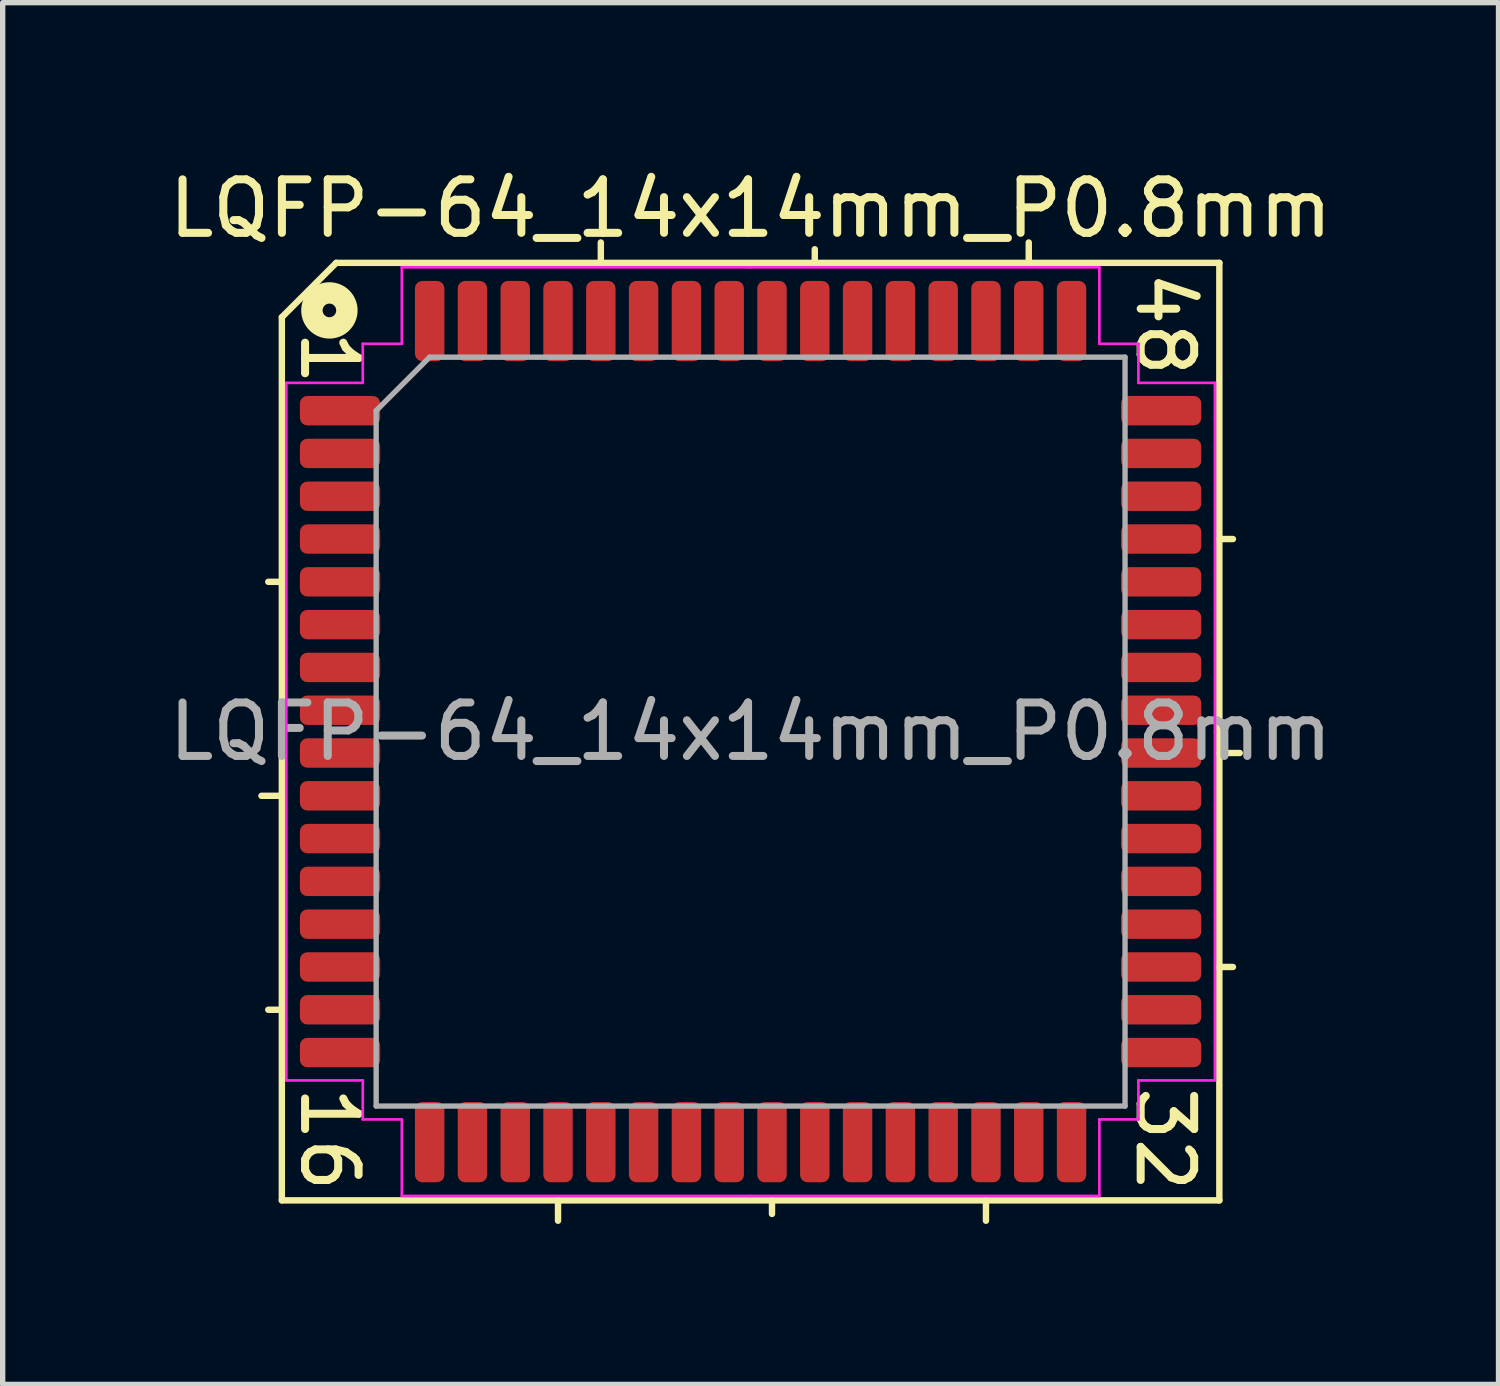
<source format=kicad_pcb>
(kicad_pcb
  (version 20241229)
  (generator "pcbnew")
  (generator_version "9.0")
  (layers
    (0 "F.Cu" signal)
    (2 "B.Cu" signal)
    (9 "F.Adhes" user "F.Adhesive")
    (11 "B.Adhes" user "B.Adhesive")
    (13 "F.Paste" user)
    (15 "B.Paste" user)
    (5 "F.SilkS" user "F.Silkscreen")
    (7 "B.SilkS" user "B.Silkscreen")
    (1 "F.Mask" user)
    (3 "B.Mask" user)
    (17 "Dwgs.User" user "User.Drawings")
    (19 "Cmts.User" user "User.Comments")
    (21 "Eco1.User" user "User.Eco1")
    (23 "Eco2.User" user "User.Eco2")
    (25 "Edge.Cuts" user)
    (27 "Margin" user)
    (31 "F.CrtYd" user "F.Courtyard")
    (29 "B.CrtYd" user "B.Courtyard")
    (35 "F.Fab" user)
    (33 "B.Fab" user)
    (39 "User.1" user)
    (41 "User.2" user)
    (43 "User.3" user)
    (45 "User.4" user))
  (footprint "LQFP-64_14x14mm_P0.8mm"
    (layer "F.Cu")
    (at 10.982 10.627)
    (property "Reference" "LQFP-64_14x14mm_P0.8mm" (at 0 -9.779 0) (layer "F.SilkS") (effects (font (size 1 1) (thickness 0.15))))
    (attr smd)
    (fp_line (start -8.763 -7.747) (end -8.763 8.763) (stroke (width 0.12) (type solid)) (layer "F.SilkS"))
    (fp_line (start -8.763 -2.8) (end -9.017 -2.8) (stroke (width 0.12) (type solid)) (layer "F.SilkS"))
    (fp_line (start -8.763 1.2) (end -9.144 1.2) (stroke (width 0.12) (type solid)) (layer "F.SilkS"))
    (fp_line (start -8.763 5.2) (end -9.017 5.2) (stroke (width 0.12) (type solid)) (layer "F.SilkS"))
    (fp_line (start -8.763 8.763) (end 8.763 8.763) (stroke (width 0.12) (type solid)) (layer "F.SilkS"))
    (fp_line (start -7.747 -8.763) (end -8.763 -7.747) (stroke (width 0.12) (type solid)) (layer "F.SilkS"))
    (fp_line (start -3.6 8.763) (end -3.6 9.144) (stroke (width 0.12) (type solid)) (layer "F.SilkS"))
    (fp_line (start -2.8 -8.763) (end -2.8 -9.144) (stroke (width 0.12) (type solid)) (layer "F.SilkS"))
    (fp_line (start 0.4 8.763) (end 0.4 9.017) (stroke (width 0.12) (type solid)) (layer "F.SilkS"))
    (fp_line (start 1.2 -8.763) (end 1.2 -9.017) (stroke (width 0.12) (type solid)) (layer "F.SilkS"))
    (fp_line (start 4.4 8.763) (end 4.4 9.144) (stroke (width 0.12) (type solid)) (layer "F.SilkS"))
    (fp_line (start 5.2 -8.763) (end 5.2 -9.144) (stroke (width 0.12) (type solid)) (layer "F.SilkS"))
    (fp_line (start 8.763 -8.763) (end -7.747 -8.763) (stroke (width 0.12) (type solid)) (layer "F.SilkS"))
    (fp_line (start 8.763 -3.6) (end 9.017 -3.6) (stroke (width 0.12) (type solid)) (layer "F.SilkS"))
    (fp_line (start 8.763 0.4) (end 9.144 0.4) (stroke (width 0.12) (type solid)) (layer "F.SilkS"))
    (fp_line (start 8.763 4.4) (end 9.017 4.4) (stroke (width 0.12) (type solid)) (layer "F.SilkS"))
    (fp_line (start 8.763 8.763) (end 8.763 -8.763) (stroke (width 0.12) (type solid)) (layer "F.SilkS"))
    (fp_circle (center -7.874 -7.874) (end -7.747 -7.874) (stroke (width 0.4) (type solid)) (fill no) (layer "F.SilkS"))
    (fp_line (start -8.68 -6.52) (end -8.68 0) (stroke (width 0.05) (type solid)) (layer "F.CrtYd"))
    (fp_line (start -8.68 6.52) (end -8.68 0) (stroke (width 0.05) (type solid)) (layer "F.CrtYd"))
    (fp_line (start -7.25 -7.25) (end -7.25 -6.52) (stroke (width 0.05) (type solid)) (layer "F.CrtYd"))
    (fp_line (start -7.25 -6.52) (end -8.68 -6.52) (stroke (width 0.05) (type solid)) (layer "F.CrtYd"))
    (fp_line (start -7.25 6.52) (end -8.68 6.52) (stroke (width 0.05) (type solid)) (layer "F.CrtYd"))
    (fp_line (start -7.25 7.25) (end -7.25 6.52) (stroke (width 0.05) (type solid)) (layer "F.CrtYd"))
    (fp_line (start -6.52 -8.68) (end -6.52 -7.25) (stroke (width 0.05) (type solid)) (layer "F.CrtYd"))
    (fp_line (start -6.52 -7.25) (end -7.25 -7.25) (stroke (width 0.05) (type solid)) (layer "F.CrtYd"))
    (fp_line (start -6.52 7.25) (end -7.25 7.25) (stroke (width 0.05) (type solid)) (layer "F.CrtYd"))
    (fp_line (start -6.52 8.68) (end -6.52 7.25) (stroke (width 0.05) (type solid)) (layer "F.CrtYd"))
    (fp_line (start 0 -8.68) (end -6.52 -8.68) (stroke (width 0.05) (type solid)) (layer "F.CrtYd"))
    (fp_line (start 0 -8.68) (end 6.52 -8.68) (stroke (width 0.05) (type solid)) (layer "F.CrtYd"))
    (fp_line (start 0 8.68) (end -6.52 8.68) (stroke (width 0.05) (type solid)) (layer "F.CrtYd"))
    (fp_line (start 0 8.68) (end 6.52 8.68) (stroke (width 0.05) (type solid)) (layer "F.CrtYd"))
    (fp_line (start 6.52 -8.68) (end 6.52 -7.25) (stroke (width 0.05) (type solid)) (layer "F.CrtYd"))
    (fp_line (start 6.52 -7.25) (end 7.25 -7.25) (stroke (width 0.05) (type solid)) (layer "F.CrtYd"))
    (fp_line (start 6.52 7.25) (end 7.25 7.25) (stroke (width 0.05) (type solid)) (layer "F.CrtYd"))
    (fp_line (start 6.52 8.68) (end 6.52 7.25) (stroke (width 0.05) (type solid)) (layer "F.CrtYd"))
    (fp_line (start 7.25 -7.25) (end 7.25 -6.52) (stroke (width 0.05) (type solid)) (layer "F.CrtYd"))
    (fp_line (start 7.25 -6.52) (end 8.68 -6.52) (stroke (width 0.05) (type solid)) (layer "F.CrtYd"))
    (fp_line (start 7.25 6.52) (end 8.68 6.52) (stroke (width 0.05) (type solid)) (layer "F.CrtYd"))
    (fp_line (start 7.25 7.25) (end 7.25 6.52) (stroke (width 0.05) (type solid)) (layer "F.CrtYd"))
    (fp_line (start 8.68 -6.52) (end 8.68 0) (stroke (width 0.05) (type solid)) (layer "F.CrtYd"))
    (fp_line (start 8.68 6.52) (end 8.68 0) (stroke (width 0.05) (type solid)) (layer "F.CrtYd"))
    (fp_line (start -7 -6) (end -6 -7) (stroke (width 0.1) (type solid)) (layer "F.Fab"))
    (fp_line (start -7 7) (end -7 -6) (stroke (width 0.1) (type solid)) (layer "F.Fab"))
    (fp_line (start -6 -7) (end 7 -7) (stroke (width 0.1) (type solid)) (layer "F.Fab"))
    (fp_line (start 7 -7) (end 7 7) (stroke (width 0.1) (type solid)) (layer "F.Fab"))
    (fp_line (start 7 7) (end -7 7) (stroke (width 0.1) (type solid)) (layer "F.Fab"))
    (fp_text user "1" (at -7.874 -6.985 270) (unlocked yes) (layer "F.SilkS") (effects (font (size 1 1) (thickness 0.15))))
    (fp_text user "16" (at -7.874 7.62 270) (unlocked yes) (layer "F.SilkS") (effects (font (size 1 1) (thickness 0.15))))
    (fp_text user "32" (at 7.747 7.62 270) (unlocked yes) (layer "F.SilkS") (effects (font (size 1 1) (thickness 0.15))))
    (fp_text user "48" (at 7.747 -7.62 270) (unlocked yes) (layer "F.SilkS") (effects (font (size 1 1) (thickness 0.15))))
    (fp_text user "${REFERENCE}" (at 0 0 0) (layer "F.Fab") (effects (font (size 1 1) (thickness 0.15))))
    (pad "1" smd roundrect (at -7.675 -6) (size 1.5 0.55) (layers "F.Cu" "F.Mask" "F.Paste") (roundrect_rratio 0.25))
    (pad "2" smd roundrect (at -7.675 -5.2) (size 1.5 0.55) (layers "F.Cu" "F.Mask" "F.Paste") (roundrect_rratio 0.25))
    (pad "3" smd roundrect (at -7.675 -4.4) (size 1.5 0.55) (layers "F.Cu" "F.Mask" "F.Paste") (roundrect_rratio 0.25))
    (pad "4" smd roundrect (at -7.675 -3.6) (size 1.5 0.55) (layers "F.Cu" "F.Mask" "F.Paste") (roundrect_rratio 0.25))
    (pad "5" smd roundrect (at -7.675 -2.8) (size 1.5 0.55) (layers "F.Cu" "F.Mask" "F.Paste") (roundrect_rratio 0.25))
    (pad "6" smd roundrect (at -7.675 -2) (size 1.5 0.55) (layers "F.Cu" "F.Mask" "F.Paste") (roundrect_rratio 0.25))
    (pad "7" smd roundrect (at -7.675 -1.2) (size 1.5 0.55) (layers "F.Cu" "F.Mask" "F.Paste") (roundrect_rratio 0.25))
    (pad "8" smd roundrect (at -7.675 -0.4) (size 1.5 0.55) (layers "F.Cu" "F.Mask" "F.Paste") (roundrect_rratio 0.25))
    (pad "9" smd roundrect (at -7.675 0.4) (size 1.5 0.55) (layers "F.Cu" "F.Mask" "F.Paste") (roundrect_rratio 0.25))
    (pad "10" smd roundrect (at -7.675 1.2) (size 1.5 0.55) (layers "F.Cu" "F.Mask" "F.Paste") (roundrect_rratio 0.25))
    (pad "11" smd roundrect (at -7.675 2) (size 1.5 0.55) (layers "F.Cu" "F.Mask" "F.Paste") (roundrect_rratio 0.25))
    (pad "12" smd roundrect (at -7.675 2.8) (size 1.5 0.55) (layers "F.Cu" "F.Mask" "F.Paste") (roundrect_rratio 0.25))
    (pad "13" smd roundrect (at -7.675 3.6) (size 1.5 0.55) (layers "F.Cu" "F.Mask" "F.Paste") (roundrect_rratio 0.25))
    (pad "14" smd roundrect (at -7.675 4.4) (size 1.5 0.55) (layers "F.Cu" "F.Mask" "F.Paste") (roundrect_rratio 0.25))
    (pad "15" smd roundrect (at -7.675 5.2) (size 1.5 0.55) (layers "F.Cu" "F.Mask" "F.Paste") (roundrect_rratio 0.25))
    (pad "16" smd roundrect (at -7.675 6) (size 1.5 0.55) (layers "F.Cu" "F.Mask" "F.Paste") (roundrect_rratio 0.25))
    (pad "17" smd roundrect (at -6 7.675) (size 0.55 1.5) (layers "F.Cu" "F.Mask" "F.Paste") (roundrect_rratio 0.25))
    (pad "18" smd roundrect (at -5.2 7.675) (size 0.55 1.5) (layers "F.Cu" "F.Mask" "F.Paste") (roundrect_rratio 0.25))
    (pad "19" smd roundrect (at -4.4 7.675) (size 0.55 1.5) (layers "F.Cu" "F.Mask" "F.Paste") (roundrect_rratio 0.25))
    (pad "20" smd roundrect (at -3.6 7.675) (size 0.55 1.5) (layers "F.Cu" "F.Mask" "F.Paste") (roundrect_rratio 0.25))
    (pad "21" smd roundrect (at -2.8 7.675) (size 0.55 1.5) (layers "F.Cu" "F.Mask" "F.Paste") (roundrect_rratio 0.25))
    (pad "22" smd roundrect (at -2 7.675) (size 0.55 1.5) (layers "F.Cu" "F.Mask" "F.Paste") (roundrect_rratio 0.25))
    (pad "23" smd roundrect (at -1.2 7.675) (size 0.55 1.5) (layers "F.Cu" "F.Mask" "F.Paste") (roundrect_rratio 0.25))
    (pad "24" smd roundrect (at -0.4 7.675) (size 0.55 1.5) (layers "F.Cu" "F.Mask" "F.Paste") (roundrect_rratio 0.25))
    (pad "25" smd roundrect (at 0.4 7.675) (size 0.55 1.5) (layers "F.Cu" "F.Mask" "F.Paste") (roundrect_rratio 0.25))
    (pad "26" smd roundrect (at 1.2 7.675) (size 0.55 1.5) (layers "F.Cu" "F.Mask" "F.Paste") (roundrect_rratio 0.25))
    (pad "27" smd roundrect (at 2 7.675) (size 0.55 1.5) (layers "F.Cu" "F.Mask" "F.Paste") (roundrect_rratio 0.25))
    (pad "28" smd roundrect (at 2.8 7.675) (size 0.55 1.5) (layers "F.Cu" "F.Mask" "F.Paste") (roundrect_rratio 0.25))
    (pad "29" smd roundrect (at 3.6 7.675) (size 0.55 1.5) (layers "F.Cu" "F.Mask" "F.Paste") (roundrect_rratio 0.25))
    (pad "30" smd roundrect (at 4.4 7.675) (size 0.55 1.5) (layers "F.Cu" "F.Mask" "F.Paste") (roundrect_rratio 0.25))
    (pad "31" smd roundrect (at 5.2 7.675) (size 0.55 1.5) (layers "F.Cu" "F.Mask" "F.Paste") (roundrect_rratio 0.25))
    (pad "32" smd roundrect (at 6 7.675) (size 0.55 1.5) (layers "F.Cu" "F.Mask" "F.Paste") (roundrect_rratio 0.25))
    (pad "33" smd roundrect (at 7.675 6) (size 1.5 0.55) (layers "F.Cu" "F.Mask" "F.Paste") (roundrect_rratio 0.25))
    (pad "34" smd roundrect (at 7.675 5.2) (size 1.5 0.55) (layers "F.Cu" "F.Mask" "F.Paste") (roundrect_rratio 0.25))
    (pad "35" smd roundrect (at 7.675 4.4) (size 1.5 0.55) (layers "F.Cu" "F.Mask" "F.Paste") (roundrect_rratio 0.25))
    (pad "36" smd roundrect (at 7.675 3.6) (size 1.5 0.55) (layers "F.Cu" "F.Mask" "F.Paste") (roundrect_rratio 0.25))
    (pad "37" smd roundrect (at 7.675 2.8) (size 1.5 0.55) (layers "F.Cu" "F.Mask" "F.Paste") (roundrect_rratio 0.25))
    (pad "38" smd roundrect (at 7.675 2) (size 1.5 0.55) (layers "F.Cu" "F.Mask" "F.Paste") (roundrect_rratio 0.25))
    (pad "39" smd roundrect (at 7.675 1.2) (size 1.5 0.55) (layers "F.Cu" "F.Mask" "F.Paste") (roundrect_rratio 0.25))
    (pad "40" smd roundrect (at 7.675 0.4) (size 1.5 0.55) (layers "F.Cu" "F.Mask" "F.Paste") (roundrect_rratio 0.25))
    (pad "41" smd roundrect (at 7.675 -0.4) (size 1.5 0.55) (layers "F.Cu" "F.Mask" "F.Paste") (roundrect_rratio 0.25))
    (pad "42" smd roundrect (at 7.675 -1.2) (size 1.5 0.55) (layers "F.Cu" "F.Mask" "F.Paste") (roundrect_rratio 0.25))
    (pad "43" smd roundrect (at 7.675 -2) (size 1.5 0.55) (layers "F.Cu" "F.Mask" "F.Paste") (roundrect_rratio 0.25))
    (pad "44" smd roundrect (at 7.675 -2.8) (size 1.5 0.55) (layers "F.Cu" "F.Mask" "F.Paste") (roundrect_rratio 0.25))
    (pad "45" smd roundrect (at 7.675 -3.6) (size 1.5 0.55) (layers "F.Cu" "F.Mask" "F.Paste") (roundrect_rratio 0.25))
    (pad "46" smd roundrect (at 7.675 -4.4) (size 1.5 0.55) (layers "F.Cu" "F.Mask" "F.Paste") (roundrect_rratio 0.25))
    (pad "47" smd roundrect (at 7.675 -5.2) (size 1.5 0.55) (layers "F.Cu" "F.Mask" "F.Paste") (roundrect_rratio 0.25))
    (pad "48" smd roundrect (at 7.675 -6) (size 1.5 0.55) (layers "F.Cu" "F.Mask" "F.Paste") (roundrect_rratio 0.25))
    (pad "49" smd roundrect (at 6 -7.675) (size 0.55 1.5) (layers "F.Cu" "F.Mask" "F.Paste") (roundrect_rratio 0.25))
    (pad "50" smd roundrect (at 5.2 -7.675) (size 0.55 1.5) (layers "F.Cu" "F.Mask" "F.Paste") (roundrect_rratio 0.25))
    (pad "51" smd roundrect (at 4.4 -7.675) (size 0.55 1.5) (layers "F.Cu" "F.Mask" "F.Paste") (roundrect_rratio 0.25))
    (pad "52" smd roundrect (at 3.6 -7.675) (size 0.55 1.5) (layers "F.Cu" "F.Mask" "F.Paste") (roundrect_rratio 0.25))
    (pad "53" smd roundrect (at 2.8 -7.675) (size 0.55 1.5) (layers "F.Cu" "F.Mask" "F.Paste") (roundrect_rratio 0.25))
    (pad "54" smd roundrect (at 2 -7.675) (size 0.55 1.5) (layers "F.Cu" "F.Mask" "F.Paste") (roundrect_rratio 0.25))
    (pad "55" smd roundrect (at 1.2 -7.675) (size 0.55 1.5) (layers "F.Cu" "F.Mask" "F.Paste") (roundrect_rratio 0.25))
    (pad "56" smd roundrect (at 0.4 -7.675) (size 0.55 1.5) (layers "F.Cu" "F.Mask" "F.Paste") (roundrect_rratio 0.25))
    (pad "57" smd roundrect (at -0.4 -7.675) (size 0.55 1.5) (layers "F.Cu" "F.Mask" "F.Paste") (roundrect_rratio 0.25))
    (pad "58" smd roundrect (at -1.2 -7.675) (size 0.55 1.5) (layers "F.Cu" "F.Mask" "F.Paste") (roundrect_rratio 0.25))
    (pad "59" smd roundrect (at -2 -7.675) (size 0.55 1.5) (layers "F.Cu" "F.Mask" "F.Paste") (roundrect_rratio 0.25))
    (pad "60" smd roundrect (at -2.8 -7.675) (size 0.55 1.5) (layers "F.Cu" "F.Mask" "F.Paste") (roundrect_rratio 0.25))
    (pad "61" smd roundrect (at -3.6 -7.675) (size 0.55 1.5) (layers "F.Cu" "F.Mask" "F.Paste") (roundrect_rratio 0.25))
    (pad "62" smd roundrect (at -4.4 -7.675) (size 0.55 1.5) (layers "F.Cu" "F.Mask" "F.Paste") (roundrect_rratio 0.25))
    (pad "63" smd roundrect (at -5.2 -7.675) (size 0.55 1.5) (layers "F.Cu" "F.Mask" "F.Paste") (roundrect_rratio 0.25))
    (pad "64" smd roundrect (at -6 -7.675) (size 0.55 1.5) (layers "F.Cu" "F.Mask" "F.Paste") (roundrect_rratio 0.25)))
  (gr_rect
    (start -3 -3)
    (end 24.964 22.831)
    (stroke (width 0.1) (type default))
    (fill no)
    (layer "Edge.Cuts")))
</source>
